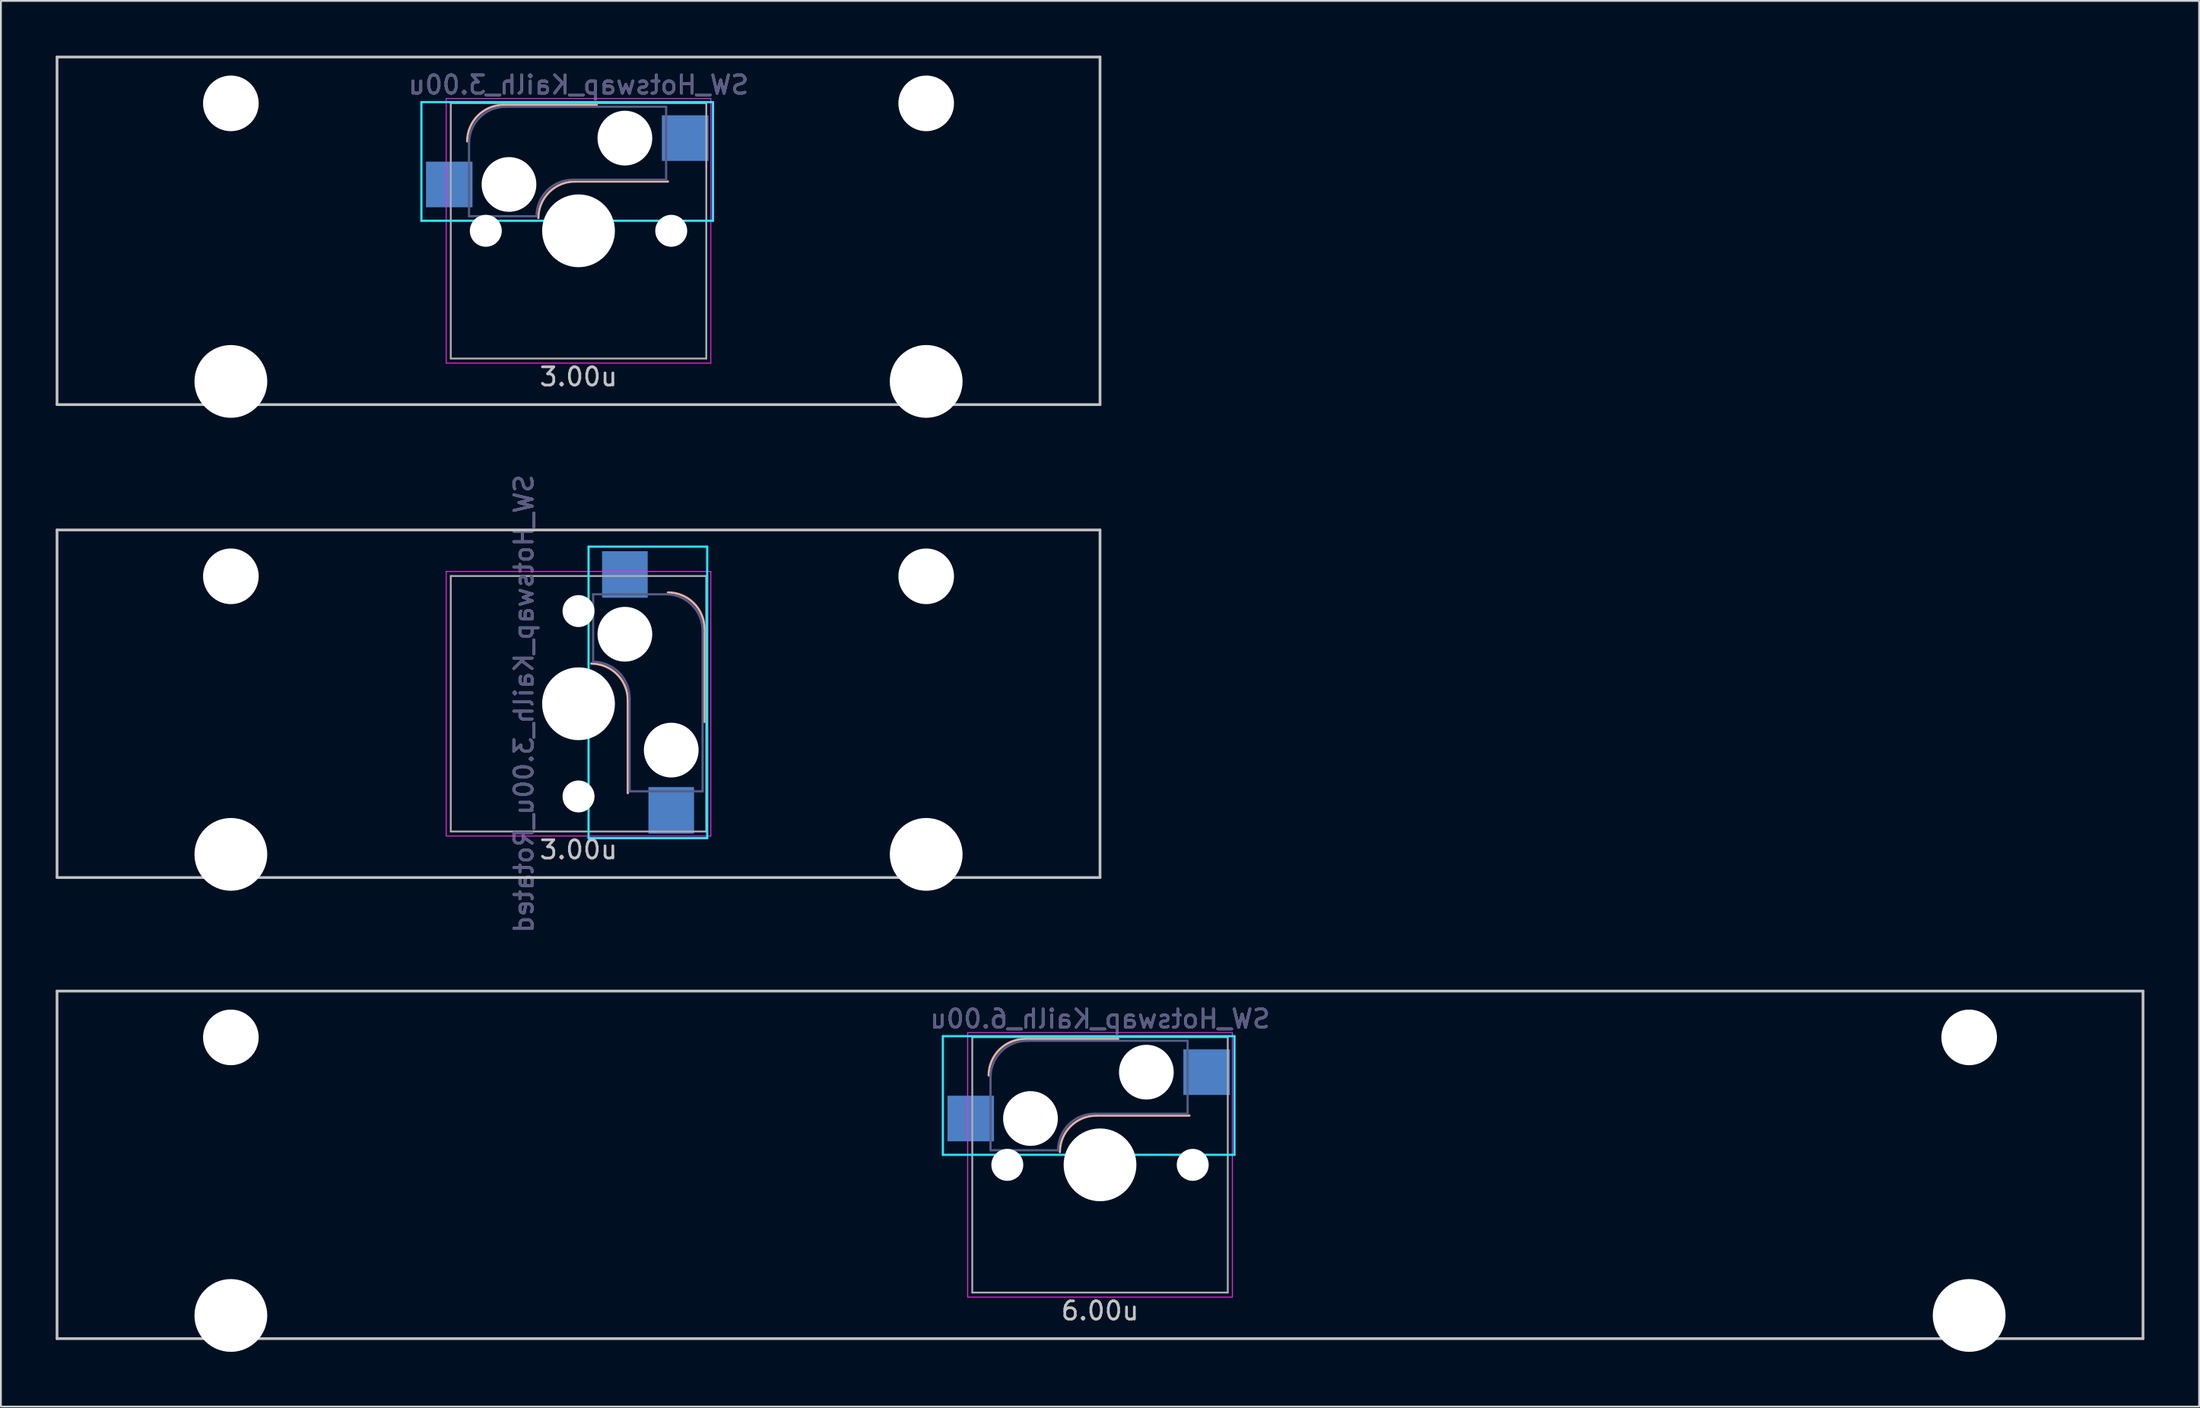
<source format=kicad_pcb>
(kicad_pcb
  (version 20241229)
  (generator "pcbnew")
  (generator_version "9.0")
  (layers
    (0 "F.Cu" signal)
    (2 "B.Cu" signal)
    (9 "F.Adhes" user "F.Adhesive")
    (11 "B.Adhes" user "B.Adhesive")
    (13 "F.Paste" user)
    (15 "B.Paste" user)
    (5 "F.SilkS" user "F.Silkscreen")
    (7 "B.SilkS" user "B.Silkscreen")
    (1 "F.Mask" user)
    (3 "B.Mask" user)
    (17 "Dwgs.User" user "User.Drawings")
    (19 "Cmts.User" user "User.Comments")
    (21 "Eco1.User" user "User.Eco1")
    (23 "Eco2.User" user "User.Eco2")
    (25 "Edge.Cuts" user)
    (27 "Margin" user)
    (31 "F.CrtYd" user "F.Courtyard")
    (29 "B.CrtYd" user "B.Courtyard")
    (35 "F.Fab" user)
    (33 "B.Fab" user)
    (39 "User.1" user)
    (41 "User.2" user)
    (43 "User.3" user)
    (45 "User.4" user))
  (footprint "SW_Hotswap_Kailh_3.00u"
    (layer "F.Cu")
    (at 28.65 9.6)
    (property "Reference" "SW_Hotswap_Kailh_3.00u" (at 0 -8 0) (layer "B.SilkS") (effects (font (size 1 1) (thickness 0.15)) (justify mirror)))
    (attr smd)
    (fp_line (start 1 -6.9) (end -4.1 -6.9) (stroke (width 0.12) (type solid)) (layer "B.SilkS"))
    (fp_line (start 4.9 -2.7) (end -0.2 -2.7) (stroke (width 0.12) (type solid)) (layer "B.SilkS"))
    (fp_arc (start -6.1 -4.9) (mid -5.514214 -6.314214) (end -4.1 -6.9) (stroke (width 0.12) (type solid)) (layer "B.SilkS"))
    (fp_arc (start -2.2 -0.7) (mid -1.614214 -2.114214) (end -0.2 -2.7) (stroke (width 0.12) (type solid)) (layer "B.SilkS"))
    (fp_line (start -28.575 -9.525) (end 28.575 -9.525) (stroke (width 0.15) (type solid)) (layer "Dwgs.User"))
    (fp_line (start -28.575 9.525) (end -28.575 -9.525) (stroke (width 0.15) (type solid)) (layer "Dwgs.User"))
    (fp_line (start -28.575 9.525) (end 28.575 9.525) (stroke (width 0.15) (type solid)) (layer "Dwgs.User"))
    (fp_line (start 28.575 -9.525) (end 28.575 9.525) (stroke (width 0.15) (type solid)) (layer "Dwgs.User"))
    (fp_line (start -8.61 -7.05) (end 7.367 -7.05) (stroke (width 0.12) (type solid)) (layer "B.CrtYd"))
    (fp_line (start -8.61 -0.55) (end -8.61 -7.05) (stroke (width 0.12) (type solid)) (layer "B.CrtYd"))
    (fp_line (start -8.61 -0.55) (end 7.367 -0.55) (stroke (width 0.12) (type solid)) (layer "B.CrtYd"))
    (fp_line (start 7.367 -7.05) (end 7.367 -0.55) (stroke (width 0.12) (type solid)) (layer "B.CrtYd"))
    (fp_line (start -7.25 -7.25) (end 7.25 -7.25) (stroke (width 0.05) (type solid)) (layer "F.CrtYd"))
    (fp_line (start -7.25 7.25) (end -7.25 -7.25) (stroke (width 0.05) (type solid)) (layer "F.CrtYd"))
    (fp_line (start 7.25 -7.25) (end 7.25 7.25) (stroke (width 0.05) (type solid)) (layer "F.CrtYd"))
    (fp_line (start 7.25 7.25) (end -7.25 7.25) (stroke (width 0.05) (type solid)) (layer "F.CrtYd"))
    (fp_line (start -6 -0.8) (end -6 -4.8) (stroke (width 0.12) (type solid)) (layer "B.Fab"))
    (fp_line (start -6 -0.8) (end -2.3 -0.8) (stroke (width 0.12) (type solid)) (layer "B.Fab"))
    (fp_line (start -4 -6.8) (end 4.8 -6.8) (stroke (width 0.12) (type solid)) (layer "B.Fab"))
    (fp_line (start -0.3 -2.8) (end 4.8 -2.8) (stroke (width 0.12) (type solid)) (layer "B.Fab"))
    (fp_line (start 4.8 -6.8) (end 4.8 -2.8) (stroke (width 0.12) (type solid)) (layer "B.Fab"))
    (fp_arc (start -6 -4.8) (mid -5.414214 -6.214214) (end -4 -6.8) (stroke (width 0.12) (type solid)) (layer "B.Fab"))
    (fp_arc (start -2.3 -0.8) (mid -1.714214 -2.214214) (end -0.3 -2.8) (stroke (width 0.12) (type solid)) (layer "B.Fab"))
    (fp_line (start -7 -7) (end 7 -7) (stroke (width 0.1) (type solid)) (layer "F.Fab"))
    (fp_line (start -7 7) (end -7 -7) (stroke (width 0.1) (type solid)) (layer "F.Fab"))
    (fp_line (start 7 -7) (end 7 7) (stroke (width 0.1) (type solid)) (layer "F.Fab"))
    (fp_line (start 7 7) (end -7 7) (stroke (width 0.1) (type solid)) (layer "F.Fab"))
    (fp_text user "3.00u" (at 0 8 0) (layer "Dwgs.User") (effects (font (size 1 1) (thickness 0.15))))
    (fp_text user "${REFERENCE}" (at 0 -8 0) (layer "B.Fab") (effects (font (size 1 1) (thickness 0.15)) (justify mirror)))
    (pad "" np_thru_hole circle (at -19.05 -6.985) (size 3.048 3.048) (drill 3.048) (layers "*.Cu" "*.Mask"))
    (pad "" np_thru_hole circle (at -19.05 8.255) (size 3.988 3.988) (drill 3.988) (layers "*.Cu" "*.Mask"))
    (pad "" np_thru_hole circle (at -5.08 0 48.1) (size 1.75 1.75) (drill 1.75) (layers "*.Cu" "*.Mask"))
    (pad "" np_thru_hole circle (at -3.81 -2.54) (size 3 3) (drill 3) (layers "*.Cu" "*.Mask"))
    (pad "" np_thru_hole circle (at 0 0) (size 3.988 3.988) (drill 3.988) (layers "*.Cu" "*.Mask"))
    (pad "" np_thru_hole circle (at 2.54 -5.08) (size 3 3) (drill 3) (layers "*.Cu" "*.Mask"))
    (pad "" np_thru_hole circle (at 5.08 0 48.1) (size 1.75 1.75) (drill 1.75) (layers "*.Cu" "*.Mask"))
    (pad "" np_thru_hole circle (at 19.05 -6.985) (size 3.048 3.048) (drill 3.048) (layers "*.Cu" "*.Mask"))
    (pad "" np_thru_hole circle (at 19.05 8.255) (size 3.988 3.988) (drill 3.988) (layers "*.Cu" "*.Mask"))
    (pad "1" smd rect (at -7.085 -2.54) (size 2.55 2.5) (layers "B.Cu" "B.Mask" "B.Paste"))
    (pad "2" smd rect (at 5.842 -5.08) (size 2.55 2.5) (layers "B.Cu" "B.Mask" "B.Paste")))
  (footprint "SW_Hotswap_Kailh_6.00u"
    (layer "F.Cu")
    (at 57.225 60.794)
    (property "Reference" "SW_Hotswap_Kailh_6.00u" (at 0 -8 0) (layer "B.SilkS") (effects (font (size 1 1) (thickness 0.15)) (justify mirror)))
    (attr smd)
    (fp_line (start 1 -6.9) (end -4.1 -6.9) (stroke (width 0.12) (type solid)) (layer "B.SilkS"))
    (fp_line (start 4.9 -2.7) (end -0.2 -2.7) (stroke (width 0.12) (type solid)) (layer "B.SilkS"))
    (fp_arc (start -6.1 -4.9) (mid -5.514214 -6.314214) (end -4.1 -6.9) (stroke (width 0.12) (type solid)) (layer "B.SilkS"))
    (fp_arc (start -2.2 -0.7) (mid -1.614214 -2.114214) (end -0.2 -2.7) (stroke (width 0.12) (type solid)) (layer "B.SilkS"))
    (fp_line (start -57.15 -9.525) (end 57.15 -9.525) (stroke (width 0.15) (type solid)) (layer "Dwgs.User"))
    (fp_line (start -57.15 9.525) (end -57.15 -9.525) (stroke (width 0.15) (type solid)) (layer "Dwgs.User"))
    (fp_line (start -57.15 9.525) (end 57.15 9.525) (stroke (width 0.15) (type solid)) (layer "Dwgs.User"))
    (fp_line (start 57.15 -9.525) (end 57.15 9.525) (stroke (width 0.15) (type solid)) (layer "Dwgs.User"))
    (fp_line (start -8.61 -7.05) (end 7.367 -7.05) (stroke (width 0.12) (type solid)) (layer "B.CrtYd"))
    (fp_line (start -8.61 -0.55) (end -8.61 -7.05) (stroke (width 0.12) (type solid)) (layer "B.CrtYd"))
    (fp_line (start -8.61 -0.55) (end 7.367 -0.55) (stroke (width 0.12) (type solid)) (layer "B.CrtYd"))
    (fp_line (start 7.367 -7.05) (end 7.367 -0.55) (stroke (width 0.12) (type solid)) (layer "B.CrtYd"))
    (fp_line (start -7.25 -7.25) (end 7.25 -7.25) (stroke (width 0.05) (type solid)) (layer "F.CrtYd"))
    (fp_line (start -7.25 7.25) (end -7.25 -7.25) (stroke (width 0.05) (type solid)) (layer "F.CrtYd"))
    (fp_line (start 7.25 -7.25) (end 7.25 7.25) (stroke (width 0.05) (type solid)) (layer "F.CrtYd"))
    (fp_line (start 7.25 7.25) (end -7.25 7.25) (stroke (width 0.05) (type solid)) (layer "F.CrtYd"))
    (fp_line (start -6 -0.8) (end -6 -4.8) (stroke (width 0.12) (type solid)) (layer "B.Fab"))
    (fp_line (start -6 -0.8) (end -2.3 -0.8) (stroke (width 0.12) (type solid)) (layer "B.Fab"))
    (fp_line (start -4 -6.8) (end 4.8 -6.8) (stroke (width 0.12) (type solid)) (layer "B.Fab"))
    (fp_line (start -0.3 -2.8) (end 4.8 -2.8) (stroke (width 0.12) (type solid)) (layer "B.Fab"))
    (fp_line (start 4.8 -6.8) (end 4.8 -2.8) (stroke (width 0.12) (type solid)) (layer "B.Fab"))
    (fp_arc (start -6 -4.8) (mid -5.414214 -6.214214) (end -4 -6.8) (stroke (width 0.12) (type solid)) (layer "B.Fab"))
    (fp_arc (start -2.3 -0.8) (mid -1.714214 -2.214214) (end -0.3 -2.8) (stroke (width 0.12) (type solid)) (layer "B.Fab"))
    (fp_line (start -7 -7) (end 7 -7) (stroke (width 0.1) (type solid)) (layer "F.Fab"))
    (fp_line (start -7 7) (end -7 -7) (stroke (width 0.1) (type solid)) (layer "F.Fab"))
    (fp_line (start 7 -7) (end 7 7) (stroke (width 0.1) (type solid)) (layer "F.Fab"))
    (fp_line (start 7 7) (end -7 7) (stroke (width 0.1) (type solid)) (layer "F.Fab"))
    (fp_text user "6.00u" (at 0 8 0) (layer "Dwgs.User") (effects (font (size 1 1) (thickness 0.15))))
    (fp_text user "${REFERENCE}" (at 0 -8 0) (layer "B.Fab") (effects (font (size 1 1) (thickness 0.15)) (justify mirror)))
    (pad "" np_thru_hole circle (at -47.625 -6.985) (size 3.048 3.048) (drill 3.048) (layers "*.Cu" "*.Mask"))
    (pad "" np_thru_hole circle (at -47.625 8.255) (size 3.988 3.988) (drill 3.988) (layers "*.Cu" "*.Mask"))
    (pad "" np_thru_hole circle (at -5.08 0 48.1) (size 1.75 1.75) (drill 1.75) (layers "*.Cu" "*.Mask"))
    (pad "" np_thru_hole circle (at -3.81 -2.54) (size 3 3) (drill 3) (layers "*.Cu" "*.Mask"))
    (pad "" np_thru_hole circle (at 0 0) (size 3.988 3.988) (drill 3.988) (layers "*.Cu" "*.Mask"))
    (pad "" np_thru_hole circle (at 2.54 -5.08) (size 3 3) (drill 3) (layers "*.Cu" "*.Mask"))
    (pad "" np_thru_hole circle (at 5.08 0 48.1) (size 1.75 1.75) (drill 1.75) (layers "*.Cu" "*.Mask"))
    (pad "" np_thru_hole circle (at 47.625 -6.985) (size 3.048 3.048) (drill 3.048) (layers "*.Cu" "*.Mask"))
    (pad "" np_thru_hole circle (at 47.625 8.255) (size 3.988 3.988) (drill 3.988) (layers "*.Cu" "*.Mask"))
    (pad "1" smd rect (at -7.085 -2.54) (size 2.55 2.5) (layers "B.Cu" "B.Mask" "B.Paste"))
    (pad "2" smd rect (at 5.842 -5.08) (size 2.55 2.5) (layers "B.Cu" "B.Mask" "B.Paste")))
  (footprint "SW_Hotswap_Kailh_3.00u_Rotated"
    (layer "F.Cu")
    (at 28.65 35.522)
    (property "Reference" "SW_Hotswap_Kailh_3.00u_Rotated" (at -3 0 90) (layer "B.SilkS") (effects (font (size 1 1) (thickness 0.15)) (justify mirror)))
    (attr smd)
    (fp_line (start 2.7 4.9) (end 2.7 -0.2) (stroke (width 0.12) (type solid)) (layer "B.SilkS"))
    (fp_line (start 6.9 1) (end 6.9 -4.1) (stroke (width 0.12) (type solid)) (layer "B.SilkS"))
    (fp_arc (start 0.7 -2.2) (mid 2.114214 -1.614214) (end 2.7 -0.2) (stroke (width 0.12) (type solid)) (layer "B.SilkS"))
    (fp_arc (start 4.9 -6.1) (mid 6.314214 -5.514214) (end 6.9 -4.1) (stroke (width 0.12) (type solid)) (layer "B.SilkS"))
    (fp_line (start -28.575 -9.525) (end 28.575 -9.525) (stroke (width 0.15) (type solid)) (layer "Dwgs.User"))
    (fp_line (start -28.575 9.525) (end -28.575 -9.525) (stroke (width 0.15) (type solid)) (layer "Dwgs.User"))
    (fp_line (start -28.575 9.525) (end 28.575 9.525) (stroke (width 0.15) (type solid)) (layer "Dwgs.User"))
    (fp_line (start 28.575 -9.525) (end 28.575 9.525) (stroke (width 0.15) (type solid)) (layer "Dwgs.User"))
    (fp_line (start 0.55 -8.61) (end 0.55 7.367) (stroke (width 0.12) (type solid)) (layer "B.CrtYd"))
    (fp_line (start 0.55 -8.61) (end 7.05 -8.61) (stroke (width 0.12) (type solid)) (layer "B.CrtYd"))
    (fp_line (start 7.05 -8.61) (end 7.05 7.367) (stroke (width 0.12) (type solid)) (layer "B.CrtYd"))
    (fp_line (start 7.05 7.367) (end 0.55 7.367) (stroke (width 0.12) (type solid)) (layer "B.CrtYd"))
    (fp_line (start -7.25 -7.25) (end 7.25 -7.25) (stroke (width 0.05) (type solid)) (layer "F.CrtYd"))
    (fp_line (start -7.25 7.25) (end -7.25 -7.25) (stroke (width 0.05) (type solid)) (layer "F.CrtYd"))
    (fp_line (start 7.25 -7.25) (end 7.25 7.25) (stroke (width 0.05) (type solid)) (layer "F.CrtYd"))
    (fp_line (start 7.25 7.25) (end -7.25 7.25) (stroke (width 0.05) (type solid)) (layer "F.CrtYd"))
    (fp_line (start 0.8 -6) (end 0.8 -2.3) (stroke (width 0.12) (type solid)) (layer "B.Fab"))
    (fp_line (start 0.8 -6) (end 4.8 -6) (stroke (width 0.12) (type solid)) (layer "B.Fab"))
    (fp_line (start 2.8 -0.3) (end 2.8 4.8) (stroke (width 0.12) (type solid)) (layer "B.Fab"))
    (fp_line (start 6.8 -4) (end 6.8 4.8) (stroke (width 0.12) (type solid)) (layer "B.Fab"))
    (fp_line (start 6.8 4.8) (end 2.8 4.8) (stroke (width 0.12) (type solid)) (layer "B.Fab"))
    (fp_arc (start 0.8 -2.3) (mid 2.214214 -1.714214) (end 2.8 -0.3) (stroke (width 0.12) (type solid)) (layer "B.Fab"))
    (fp_arc (start 4.8 -6) (mid 6.214214 -5.414214) (end 6.8 -4) (stroke (width 0.12) (type solid)) (layer "B.Fab"))
    (fp_line (start -7 -7) (end 7 -7) (stroke (width 0.1) (type solid)) (layer "F.Fab"))
    (fp_line (start -7 7) (end -7 -7) (stroke (width 0.1) (type solid)) (layer "F.Fab"))
    (fp_line (start 7 -7) (end 7 7) (stroke (width 0.1) (type solid)) (layer "F.Fab"))
    (fp_line (start 7 7) (end -7 7) (stroke (width 0.1) (type solid)) (layer "F.Fab"))
    (fp_text user "3.00u" (at 0 8 0) (layer "Dwgs.User") (effects (font (size 1 1) (thickness 0.15))))
    (fp_text user "${REFERENCE}" (at -3 0 90) (layer "B.Fab") (effects (font (size 1 1) (thickness 0.15)) (justify mirror)))
    (pad "" np_thru_hole circle (at -19.05 -6.985) (size 3.048 3.048) (drill 3.048) (layers "*.Cu" "*.Mask"))
    (pad "" np_thru_hole circle (at -19.05 8.255) (size 3.988 3.988) (drill 3.988) (layers "*.Cu" "*.Mask"))
    (pad "" np_thru_hole circle (at 0 -5.08 318.1) (size 1.75 1.75) (drill 1.75) (layers "*.Cu" "*.Mask"))
    (pad "" np_thru_hole circle (at 0 0 270) (size 3.988 3.988) (drill 3.988) (layers "*.Cu" "*.Mask"))
    (pad "" np_thru_hole circle (at 0 5.08 318.1) (size 1.75 1.75) (drill 1.75) (layers "*.Cu" "*.Mask"))
    (pad "" np_thru_hole circle (at 2.54 -3.81 270) (size 3 3) (drill 3) (layers "*.Cu" "*.Mask"))
    (pad "" np_thru_hole circle (at 5.08 2.54 270) (size 3 3) (drill 3) (layers "*.Cu" "*.Mask"))
    (pad "" np_thru_hole circle (at 19.05 -6.985) (size 3.048 3.048) (drill 3.048) (layers "*.Cu" "*.Mask"))
    (pad "" np_thru_hole circle (at 19.05 8.255) (size 3.988 3.988) (drill 3.988) (layers "*.Cu" "*.Mask"))
    (pad "1" smd rect (at 2.54 -7.085 270) (size 2.55 2.5) (layers "B.Cu" "B.Mask" "B.Paste"))
    (pad "2" smd rect (at 5.08 5.842 270) (size 2.55 2.5) (layers "B.Cu" "B.Mask" "B.Paste")))
  (gr_rect
    (start -3 -3)
    (end 117.45 74.043)
    (stroke (width 0.1) (type default))
    (fill no)
    (layer "Edge.Cuts")))
</source>
